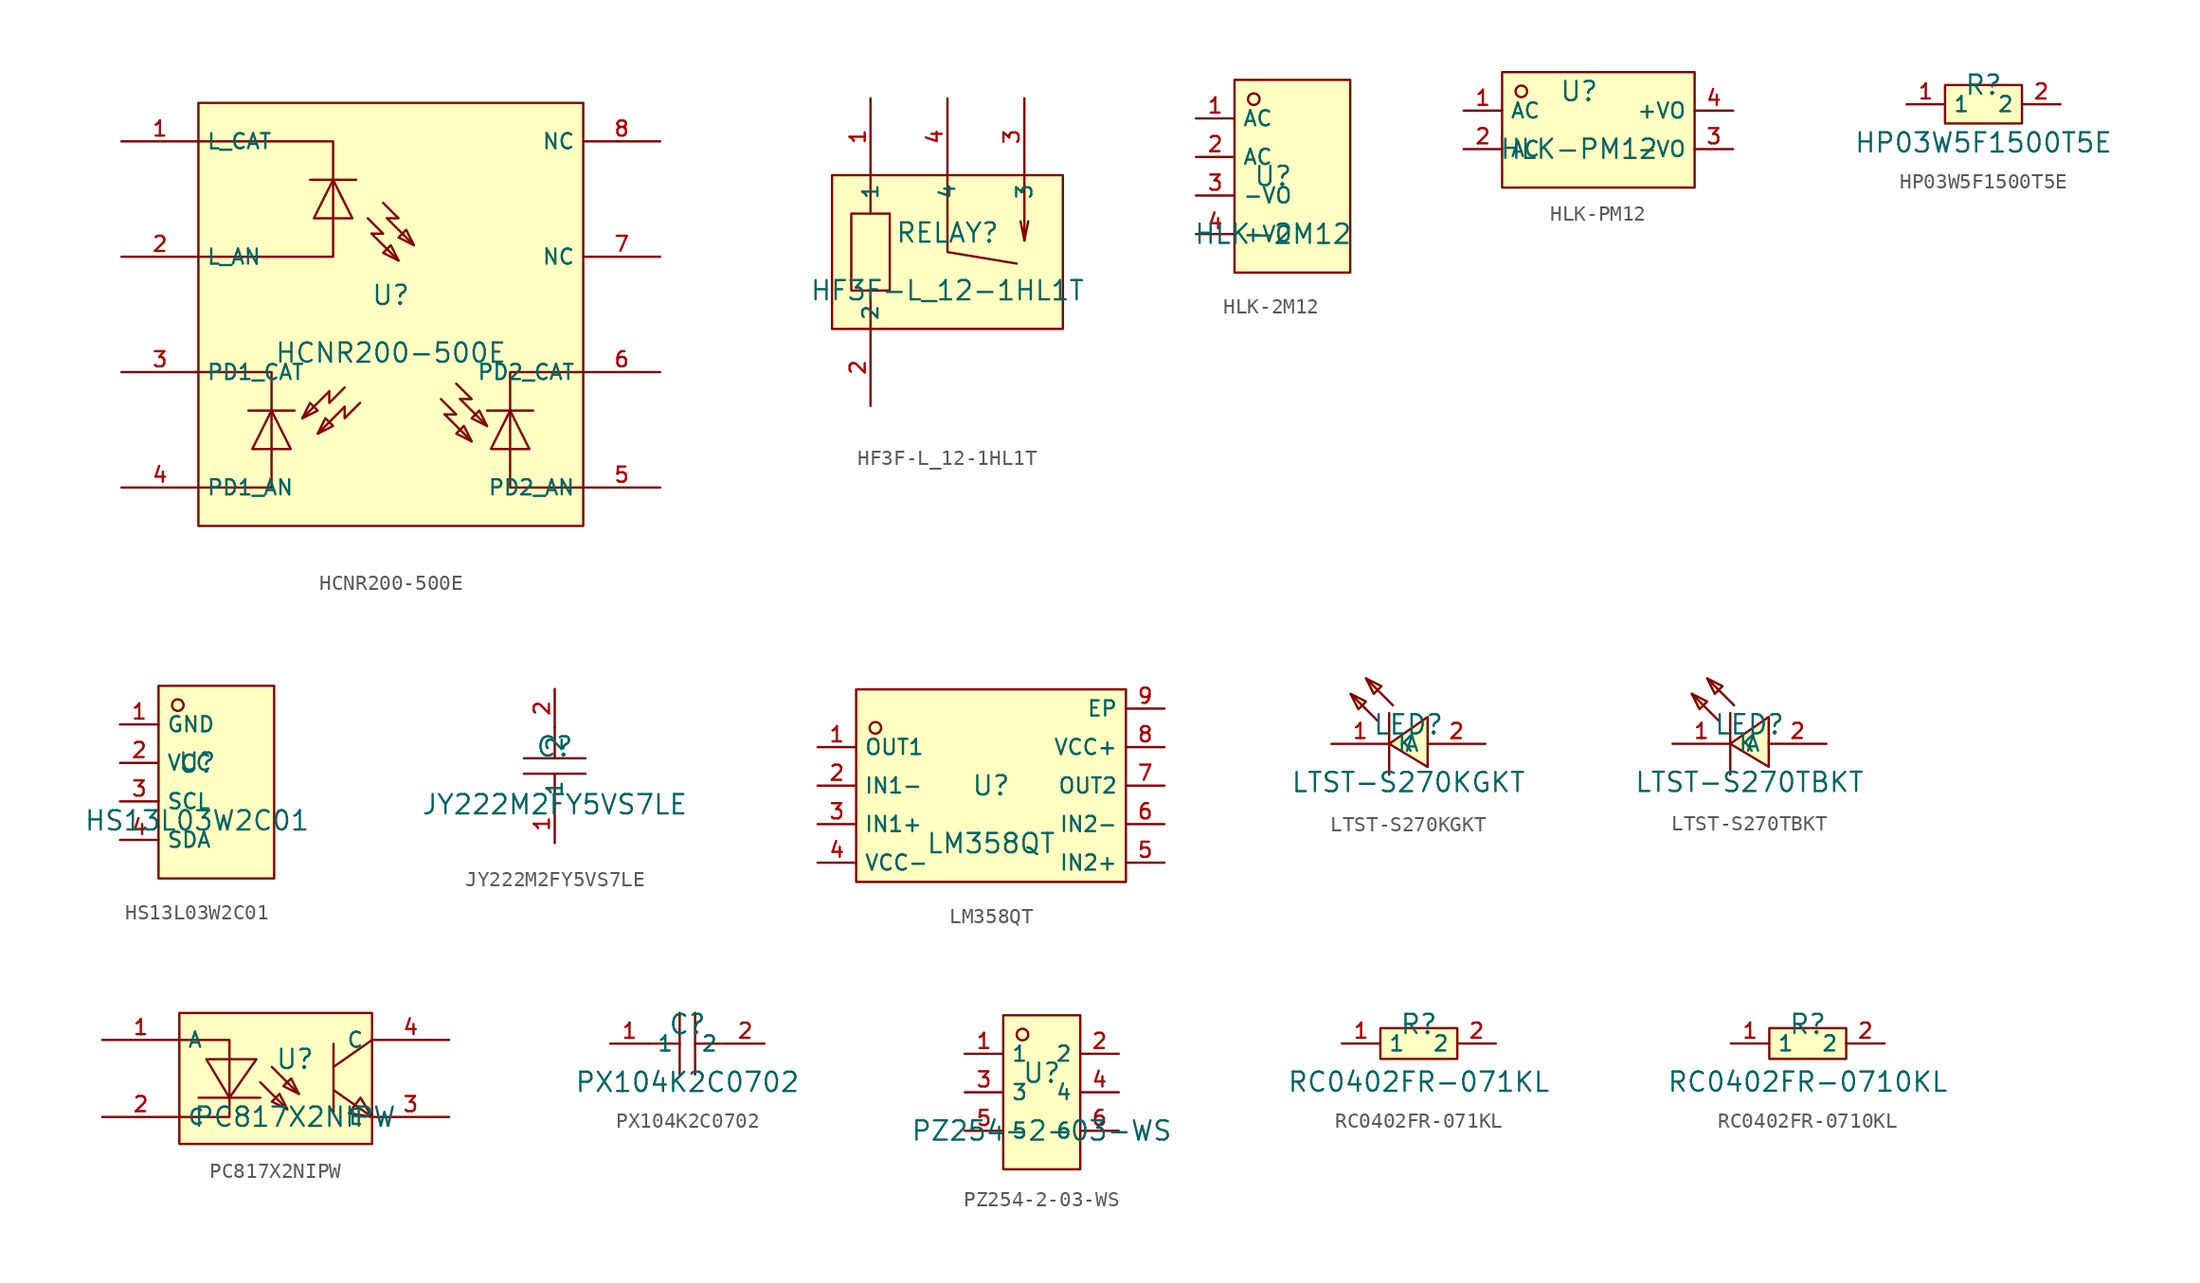
<source format=kicad_sym>
(kicad_symbol_lib
  (version 20231120)
  (generator "kicad_symbol_editor")
  (generator_version "8.0")
  (symbol "HCNR200-500E"
    (property "Reference" "U"
      (at 0 1.27 0)
      (effects (font (size 1.27 1.27))))
    (property "Value" "HCNR200-500E"
      (at 0 -2.54 0)
      (effects (font (size 1.27 1.27))))
    (symbol "HCNR200-500E_0_1"
      (rectangle (start -12.7 13.97) (end 12.7 -13.97) (stroke (width 0) (type default)) (fill (type background)))
      (polyline (pts (xy -9.398 -6.35) (xy -6.35 -6.35)) (stroke (width 0) (type default)) (fill (type none)))
      (polyline (pts (xy -5.334 8.89) (xy -2.286 8.89)) (stroke (width 0) (type default)) (fill (type none)))
      (polyline (pts (xy -4.064 -5.08) (xy -5.842 -6.858)) (stroke (width 0) (type default)) (fill (type none)))
      (polyline (pts (xy -3.048 -6.096) (xy -4.826 -7.874)) (stroke (width 0) (type default)) (fill (type none)))
      (polyline (pts (xy -1.27 5.334) (xy 0.508 3.556)) (stroke (width 0) (type default)) (fill (type none)))
      (polyline (pts (xy -0.254 6.35) (xy 1.524 4.572)) (stroke (width 0) (type default)) (fill (type none)))
      (polyline (pts (xy 3.556 -6.604) (xy 5.334 -8.382)) (stroke (width 0) (type default)) (fill (type none)))
      (polyline (pts (xy 4.572 -5.588) (xy 6.35 -7.366)) (stroke (width 0) (type default)) (fill (type none)))
      (polyline (pts (xy 6.35 -6.35) (xy 9.398 -6.35)) (stroke (width 0) (type default)) (fill (type none)))
      (polyline (pts (xy -4.064 -5.08) (xy -4.064 -5.842) (xy -3.048 -4.826)) (stroke (width 0) (type default)) (fill (type none)))
      (polyline (pts (xy -3.048 -6.096) (xy -3.048 -6.858) (xy -2.032 -5.842)) (stroke (width 0) (type default)) (fill (type none)))
      (polyline (pts (xy -1.27 5.334) (xy -0.508 5.334) (xy -1.524 6.35)) (stroke (width 0) (type default)) (fill (type none)))
      (polyline (pts (xy -0.254 6.35) (xy 0.508 6.35) (xy -0.508 7.366)) (stroke (width 0) (type default)) (fill (type none)))
      (polyline (pts (xy 3.556 -6.604) (xy 4.318 -6.604) (xy 3.302 -5.588)) (stroke (width 0) (type default)) (fill (type none)))
      (polyline (pts (xy 4.572 -5.588) (xy 5.334 -5.588) (xy 4.318 -4.572)) (stroke (width 0) (type default)) (fill (type none)))
      (polyline (pts (xy -12.954 -3.81) (xy -7.874 -3.81) (xy -7.874 -11.43) (xy -12.7 -11.43)) (stroke (width 0) (type default)) (fill (type none)))
      (polyline (pts (xy -12.7 11.43) (xy -3.81 11.43) (xy -3.81 3.81) (xy -12.7 3.81)) (stroke (width 0) (type default)) (fill (type none)))
      (polyline (pts (xy -6.604 -8.89) (xy -7.874 -6.35) (xy -9.144 -8.89) (xy -6.604 -8.89)) (stroke (width 0) (type default)) (fill (type background)))
      (polyline (pts (xy -5.842 -6.858) (xy -4.826 -6.35) (xy -5.334 -5.842) (xy -5.842 -6.858)) (stroke (width 0) (type default)) (fill (type background)))
      (polyline (pts (xy -4.826 -7.874) (xy -3.81 -7.366) (xy -4.318 -6.858) (xy -4.826 -7.874)) (stroke (width 0) (type default)) (fill (type background)))
      (polyline (pts (xy -2.54 6.35) (xy -3.81 8.89) (xy -5.08 6.35) (xy -2.54 6.35)) (stroke (width 0) (type default)) (fill (type background)))
      (polyline (pts (xy 0.508 3.556) (xy 0 4.572) (xy -0.508 4.064) (xy 0.508 3.556)) (stroke (width 0) (type default)) (fill (type background)))
      (polyline (pts (xy 1.524 4.572) (xy 1.016 5.588) (xy 0.508 5.08) (xy 1.524 4.572)) (stroke (width 0) (type default)) (fill (type background)))
      (polyline (pts (xy 5.334 -8.382) (xy 4.826 -7.366) (xy 4.318 -7.874) (xy 5.334 -8.382)) (stroke (width 0) (type default)) (fill (type background)))
      (polyline (pts (xy 6.35 -7.366) (xy 5.842 -6.35) (xy 5.334 -6.858) (xy 6.35 -7.366)) (stroke (width 0) (type default)) (fill (type background)))
      (polyline (pts (xy 9.144 -8.89) (xy 7.874 -6.35) (xy 6.604 -8.89) (xy 9.144 -8.89)) (stroke (width 0) (type default)) (fill (type background)))
      (polyline (pts (xy 12.7 -3.81) (xy 7.874 -3.81) (xy 7.874 -11.43) (xy 12.7 -11.43)) (stroke (width 0) (type default)) (fill (type none)))
      (pin unspecified line (at -17.78 11.43 0) (length 5.08) (name "L_CAT" (effects (font (size 1 1)))) (number "1" (effects (font (size 1 1)))))
      (pin unspecified line (at -17.78 3.81 0) (length 5.08) (name "L_AN" (effects (font (size 1 1)))) (number "2" (effects (font (size 1 1)))))
      (pin unspecified line (at -17.78 -3.81 0) (length 5.08) (name "PD1_CAT" (effects (font (size 1 1)))) (number "3" (effects (font (size 1 1)))))
      (pin unspecified line (at -17.78 -11.43 0) (length 5.08) (name "PD1_AN" (effects (font (size 1 1)))) (number "4" (effects (font (size 1 1)))))
      (pin unspecified line (at 17.78 -11.43 180) (length 5.08) (name "PD2_AN" (effects (font (size 1 1)))) (number "5" (effects (font (size 1 1)))))
      (pin unspecified line (at 17.78 -3.81 180) (length 5.08) (name "PD2_CAT" (effects (font (size 1 1)))) (number "6" (effects (font (size 1 1)))))
      (pin unspecified line (at 17.78 3.81 180) (length 5.08) (name "NC" (effects (font (size 1 1)))) (number "7" (effects (font (size 1 1)))))
      (pin unspecified line (at 17.78 11.43 180) (length 5.08) (name "NC" (effects (font (size 1 1)))) (number "8" (effects (font (size 1 1)))))))
  (symbol "HF3F-L_12-1HL1T"
    (property "Reference" "RELAY"
      (at 0 1.27 0)
      (effects (font (size 1.27 1.27))))
    (property "Value" "HF3F-L_12-1HL1T"
      (at 0 -2.54 0)
      (effects (font (size 1.27 1.27))))
    (symbol "HF3F-L_12-1HL1T_0_1"
      (rectangle (start -7.62 5.08) (end 7.62 -5.08) (stroke (width 0) (type default)) (fill (type background)))
      (rectangle (start -6.35 2.54) (end -3.81 -2.54) (stroke (width 0) (type default)) (fill (type background)))
      (polyline (pts (xy -5.08 -2.54) (xy -5.08 -5.08)) (stroke (width 0) (type default)) (fill (type none)))
      (polyline (pts (xy -5.08 5.08) (xy -5.08 2.54)) (stroke (width 0) (type default)) (fill (type none)))
      (polyline (pts (xy 5.08 0.762) (xy 5.334 2.032)) (stroke (width 0) (type default)) (fill (type none)))
      (polyline (pts (xy 5.08 5.08) (xy 5.08 0.762) (xy 4.826 2.032)) (stroke (width 0) (type default)) (fill (type none)))
      (polyline (pts (xy 0 5.08) (xy 0 2.54) (xy 0 2.54) (xy 0 0) (xy 4.572 -0.762)) (stroke (width 0) (type default)) (fill (type none)))
      (pin unspecified line (at -5.08 10.16 270) (length 5.08) (name "1" (effects (font (size 1 1)))) (number "1" (effects (font (size 1 1)))))
      (pin unspecified line (at -5.08 -10.16 90) (length 5.08) (name "2" (effects (font (size 1 1)))) (number "2" (effects (font (size 1 1)))))
      (pin unspecified line (at 5.08 10.16 270) (length 5.08) (name "3" (effects (font (size 1 1)))) (number "3" (effects (font (size 1 1)))))
      (pin unspecified line (at 0 10.16 270) (length 5.08) (name "4" (effects (font (size 1 1)))) (number "4" (effects (font (size 1 1)))))))
  (symbol "HLK-2M12"
    (property "Reference" "U"
      (at 0 1.27 0)
      (effects (font (size 1.27 1.27))))
    (property "Value" "HLK-2M12"
      (at 0 -2.54 0)
      (effects (font (size 1.27 1.27))))
    (symbol "HLK-2M12_0_1"
      (pin unspecified line (at -5.08 -2.54 0) (length 2.54) (name "+VO" (effects (font (size 1 1)))) (number "4" (effects (font (size 1 1)))))
      (pin unspecified line (at -5.08 -0.0 0) (length 2.54) (name "-VO" (effects (font (size 1 1)))) (number "3" (effects (font (size 1 1)))))
      (pin unspecified line (at -5.08 2.54 0) (length 2.54) (name "AC" (effects (font (size 1 1)))) (number "2" (effects (font (size 1 1)))))
      (pin unspecified line (at -5.08 5.08 0) (length 2.54) (name "AC" (effects (font (size 1 1)))) (number "1" (effects (font (size 1 1)))))
      (circle (center -1.27 6.35) (radius 0.381) (stroke (width 0) (type default) (color 0 0 0 0)) (fill (type background)))
      (rectangle (start -2.54 7.62) (end 5.08 -5.08) (stroke (width 0) (type default) (color 0 0 0 0)) (fill (type background)))))
  (symbol "HLK-PM12"
    (property "Reference" "U"
      (at 0 1.27 0)
      (effects (font (size 1.27 1.27))))
    (property "Value" "HLK-PM12"
      (at 0 -2.54 0)
      (effects (font (size 1.27 1.27))))
    (symbol "HLK-PM12_0_1"
      (rectangle (start -5.08 2.54) (end 7.62 -5.08) (stroke (width 0) (type default)) (fill (type background)))
      (circle (center -3.81 1.27) (radius 0.381) (stroke (width 0) (type default)) (fill (type background)))
      (pin unspecified line (at -7.62 0 0) (length 2.54) (name "AC" (effects (font (size 1 1)))) (number "1" (effects (font (size 1 1)))))
      (pin unspecified line (at -7.62 -2.54 0) (length 2.54) (name "AC" (effects (font (size 1 1)))) (number "2" (effects (font (size 1 1)))))
      (pin unspecified line (at 10.16 -2.54 180) (length 2.54) (name "-VO" (effects (font (size 1 1)))) (number "3" (effects (font (size 1 1)))))
      (pin unspecified line (at 10.16 0 180) (length 2.54) (name "+VO" (effects (font (size 1 1)))) (number "4" (effects (font (size 1 1)))))))
  (symbol "HP03W5F1500T5E"
    (property "Reference" "R"
      (at 0 1.27 0)
      (effects (font (size 1.27 1.27))))
    (property "Value" "HP03W5F1500T5E"
      (at 0 -2.54 0)
      (effects (font (size 1.27 1.27))))
    (symbol "HP03W5F1500T5E_0_1"
      (rectangle (start -2.54 1.27) (end 2.54 -1.27) (stroke (width 0) (type default)) (fill (type background)))
      (pin unspecified line (at -5.08 0 0) (length 2.54) (name "1" (effects (font (size 1 1)))) (number "1" (effects (font (size 1 1)))))
      (pin unspecified line (at 5.08 0 180) (length 2.54) (name "2" (effects (font (size 1 1)))) (number "2" (effects (font (size 1 1)))))))
  (symbol "HS13L03W2C01"
    (property "Reference" "U"
      (at 0 1.27 0)
      (effects (font (size 1.27 1.27))))
    (property "Value" "HS13L03W2C01"
      (at 0 -2.54 0)
      (effects (font (size 1.27 1.27))))
    (symbol "HS13L03W2C01_0_1"
      (rectangle (start -2.54 6.35) (end 5.08 -6.35) (stroke (width 0) (type default)) (fill (type background)))
      (circle (center -1.27 5.08) (radius 0.381) (stroke (width 0) (type default)) (fill (type background)))
      (pin unspecified line (at -5.08 3.81 0) (length 2.54) (name "GND" (effects (font (size 1 1)))) (number "1" (effects (font (size 1 1)))))
      (pin unspecified line (at -5.08 1.27 0) (length 2.54) (name "VCC" (effects (font (size 1 1)))) (number "2" (effects (font (size 1 1)))))
      (pin unspecified line (at -5.08 -1.27 0) (length 2.54) (name "SCL" (effects (font (size 1 1)))) (number "3" (effects (font (size 1 1)))))
      (pin unspecified line (at -5.08 -3.81 0) (length 2.54) (name "SDA" (effects (font (size 1 1)))) (number "4" (effects (font (size 1 1)))))))
  (symbol "JY222M2FY5VS7LE"
    (property "Reference" "C"
      (at 0 1.27 0)
      (effects (font (size 1.27 1.27))))
    (property "Value" "JY222M2FY5VS7LE"
      (at 0 -2.54 0)
      (effects (font (size 1.27 1.27))))
    (symbol "JY222M2FY5VS7LE_0_1"
      (polyline (pts (xy -2.032 0.508) (xy 2.032 0.508)) (stroke (width 0) (type default)) (fill (type none)))
      (polyline (pts (xy 0 -0.508) (xy 0 -2.54)) (stroke (width 0) (type default)) (fill (type none)))
      (polyline (pts (xy 0 2.54) (xy 0 0.508)) (stroke (width 0) (type default)) (fill (type none)))
      (polyline (pts (xy 2.032 -0.508) (xy -2.032 -0.508)) (stroke (width 0) (type default)) (fill (type none)))
      (pin unspecified line (at 0 -5.08 90) (length 2.54) (name "1" (effects (font (size 1 1)))) (number "1" (effects (font (size 1 1)))))
      (pin unspecified line (at 0 5.08 270) (length 2.54) (name "2" (effects (font (size 1 1)))) (number "2" (effects (font (size 1 1)))))))
  (symbol "LM358QT"
    (property "Reference" "U"
      (at 0 1.27 0)
      (effects (font (size 1.27 1.27))))
    (property "Value" "LM358QT"
      (at 0 -2.54 0)
      (effects (font (size 1.27 1.27))))
    (symbol "LM358QT_0_1"
      (rectangle (start -8.89 7.62) (end 8.89 -5.08) (stroke (width 0) (type default)) (fill (type background)))
      (circle (center -7.62 5.08) (radius 0.381) (stroke (width 0) (type default)) (fill (type background)))
      (pin unspecified line (at -11.43 3.81 0) (length 2.54) (name "OUT1" (effects (font (size 1 1)))) (number "1" (effects (font (size 1 1)))))
      (pin unspecified line (at -11.43 1.27 0) (length 2.54) (name "IN1-" (effects (font (size 1 1)))) (number "2" (effects (font (size 1 1)))))
      (pin unspecified line (at -11.43 -1.27 0) (length 2.54) (name "IN1+" (effects (font (size 1 1)))) (number "3" (effects (font (size 1 1)))))
      (pin unspecified line (at -11.43 -3.81 0) (length 2.54) (name "VCC-" (effects (font (size 1 1)))) (number "4" (effects (font (size 1 1)))))
      (pin unspecified line (at 11.43 -3.81 180) (length 2.54) (name "IN2+" (effects (font (size 1 1)))) (number "5" (effects (font (size 1 1)))))
      (pin unspecified line (at 11.43 -1.27 180) (length 2.54) (name "IN2-" (effects (font (size 1 1)))) (number "6" (effects (font (size 1 1)))))
      (pin unspecified line (at 11.43 1.27 180) (length 2.54) (name "OUT2" (effects (font (size 1 1)))) (number "7" (effects (font (size 1 1)))))
      (pin unspecified line (at 11.43 3.81 180) (length 2.54) (name "VCC+" (effects (font (size 1 1)))) (number "8" (effects (font (size 1 1)))))
      (pin unspecified line (at 11.43 6.35 180) (length 2.54) (name "EP" (effects (font (size 1 1)))) (number "9" (effects (font (size 1 1)))))))
  (symbol "LTST-S270KGKT"
    (property "Reference" "LED"
      (at 0 1.27 0)
      (effects (font (size 1.27 1.27))))
    (property "Value" "LTST-S270KGKT"
      (at 0 -2.54 0)
      (effects (font (size 1.27 1.27))))
    (symbol "LTST-S270KGKT_0_1"
      (polyline (pts (xy -2.032 1.524) (xy -3.81 3.302)) (stroke (width 0) (type default)) (fill (type none)))
      (polyline (pts (xy -1.27 2.032) (xy -1.27 -2.032)) (stroke (width 0) (type default)) (fill (type none)))
      (polyline (pts (xy -1.016 2.54) (xy -2.794 4.318)) (stroke (width 0) (type default)) (fill (type none)))
      (polyline (pts (xy -3.81 3.302) (xy -2.794 2.794) (xy -3.302 2.286) (xy -3.81 3.302)) (stroke (width 0) (type default)) (fill (type background)))
      (polyline (pts (xy -2.794 4.318) (xy -1.778 3.81) (xy -2.286 3.302) (xy -2.794 4.318)) (stroke (width 0) (type default)) (fill (type background)))
      (polyline (pts (xy 1.27 -1.524) (xy -1.27 0) (xy 1.27 1.778) (xy 1.27 -1.524)) (stroke (width 0) (type default)) (fill (type background)))
      (pin unspecified line (at -5.08 0 0) (length 3.81) (name "K" (effects (font (size 1 1)))) (number "1" (effects (font (size 1 1)))))
      (pin unspecified line (at 5.08 0 180) (length 3.81) (name "A" (effects (font (size 1 1)))) (number "2" (effects (font (size 1 1)))))))
  (symbol "LTST-S270TBKT"
    (property "Reference" "LED"
      (at 0 1.27 0)
      (effects (font (size 1.27 1.27))))
    (property "Value" "LTST-S270TBKT"
      (at 0 -2.54 0)
      (effects (font (size 1.27 1.27))))
    (symbol "LTST-S270TBKT_0_1"
      (polyline (pts (xy -2.032 1.524) (xy -3.81 3.302)) (stroke (width 0) (type default)) (fill (type none)))
      (polyline (pts (xy -1.27 2.032) (xy -1.27 -2.032)) (stroke (width 0) (type default)) (fill (type none)))
      (polyline (pts (xy -1.016 2.54) (xy -2.794 4.318)) (stroke (width 0) (type default)) (fill (type none)))
      (polyline (pts (xy -3.81 3.302) (xy -2.794 2.794) (xy -3.302 2.286) (xy -3.81 3.302)) (stroke (width 0) (type default)) (fill (type background)))
      (polyline (pts (xy -2.794 4.318) (xy -1.778 3.81) (xy -2.286 3.302) (xy -2.794 4.318)) (stroke (width 0) (type default)) (fill (type background)))
      (polyline (pts (xy 1.27 -1.524) (xy -1.27 0) (xy 1.27 1.778) (xy 1.27 -1.524)) (stroke (width 0) (type default)) (fill (type background)))
      (pin unspecified line (at -5.08 0 0) (length 3.81) (name "K" (effects (font (size 1 1)))) (number "1" (effects (font (size 1 1)))))
      (pin unspecified line (at 5.08 0 180) (length 3.81) (name "A" (effects (font (size 1 1)))) (number "2" (effects (font (size 1 1)))))))
  (symbol "PC817X2NIPW"
    (property "Reference" "U"
      (at 0 1.27 0)
      (effects (font (size 1.27 1.27))))
    (property "Value" "PC817X2NIPW"
      (at 0 -2.54 0)
      (effects (font (size 1.27 1.27))))
    (symbol "PC817X2NIPW_0_1"
      (rectangle (start -7.62 4.318) (end 5.08 -4.318) (stroke (width 0) (type default)) (fill (type background)))
      (polyline (pts (xy -2.286 -1.27) (xy -6.35 -1.27)) (stroke (width 0) (type default)) (fill (type none)))
      (polyline (pts (xy -2.286 -0.254) (xy -0.508 -2.032)) (stroke (width 0) (type default)) (fill (type none)))
      (polyline (pts (xy -1.524 0.762) (xy 0.254 -1.016)) (stroke (width 0) (type default)) (fill (type none)))
      (polyline (pts (xy 2.54 -0.762) (xy 5.08 -2.54)) (stroke (width 0) (type default)) (fill (type none)))
      (polyline (pts (xy 2.54 2.286) (xy 2.54 -2.286)) (stroke (width 0) (type default)) (fill (type none)))
      (polyline (pts (xy 5.08 2.54) (xy 2.54 0.762)) (stroke (width 0) (type default)) (fill (type none)))
      (polyline (pts (xy -7.62 2.54) (xy -4.318 2.54) (xy -4.318 -2.54) (xy -7.62 -2.54)) (stroke (width 0) (type default)) (fill (type none)))
      (polyline (pts (xy -5.842 1.27) (xy -4.318 -1.27) (xy -2.54 1.27) (xy -5.842 1.27)) (stroke (width 0) (type default)) (fill (type background)))
      (polyline (pts (xy -0.508 -2.032) (xy -1.016 -1.016) (xy -1.524 -1.524) (xy -0.508 -2.032)) (stroke (width 0) (type default)) (fill (type background)))
      (polyline (pts (xy 0.254 -1.016) (xy -0.254 0) (xy -0.762 -0.508) (xy 0.254 -1.016)) (stroke (width 0) (type default)) (fill (type background)))
      (polyline (pts (xy 5.08 -2.54) (xy 4.318 -1.27) (xy 3.556 -2.286) (xy 5.08 -2.54)) (stroke (width 0) (type default)) (fill (type background)))
      (pin unspecified line (at -12.7 2.54 0) (length 5.08) (name "A" (effects (font (size 1 1)))) (number "1" (effects (font (size 1 1)))))
      (pin unspecified line (at -12.7 -2.54 0) (length 5.08) (name "C" (effects (font (size 1 1)))) (number "2" (effects (font (size 1 1)))))
      (pin unspecified line (at 10.16 -2.54 180) (length 5.08) (name "E" (effects (font (size 1 1)))) (number "3" (effects (font (size 1 1)))))
      (pin unspecified line (at 10.16 2.54 180) (length 5.08) (name "C" (effects (font (size 1 1)))) (number "4" (effects (font (size 1 1)))))))
  (symbol "PX104K2C0702"
    (property "Reference" "C"
      (at 0 1.27 0)
      (effects (font (size 1.27 1.27))))
    (property "Value" "PX104K2C0702"
      (at 0 -2.54 0)
      (effects (font (size 1.27 1.27))))
    (symbol "PX104K2C0702_0_1"
      (polyline (pts (xy -0.508 -2.032) (xy -0.508 2.032)) (stroke (width 0) (type default)) (fill (type none)))
      (polyline (pts (xy -0.508 0) (xy -2.54 0)) (stroke (width 0) (type default)) (fill (type none)))
      (polyline (pts (xy 0.508 2.032) (xy 0.508 -2.032)) (stroke (width 0) (type default)) (fill (type none)))
      (polyline (pts (xy 2.54 0) (xy 0.508 0)) (stroke (width 0) (type default)) (fill (type none)))
      (pin unspecified line (at -5.08 0 0) (length 2.54) (name "1" (effects (font (size 1 1)))) (number "1" (effects (font (size 1 1)))))
      (pin unspecified line (at 5.08 0 180) (length 2.54) (name "2" (effects (font (size 1 1)))) (number "2" (effects (font (size 1 1)))))))
  (symbol "PZ254-2-03-WS"
    (property "Reference" "U"
      (at 0 1.27 0)
      (effects (font (size 1.27 1.27))))
    (property "Value" "PZ254-2-03-WS"
      (at 0 -2.54 0)
      (effects (font (size 1.27 1.27))))
    (symbol "PZ254-2-03-WS_0_1"
      (rectangle (start -2.54 5.08) (end 2.54 -5.08) (stroke (width 0) (type default)) (fill (type background)))
      (circle (center -1.27 3.81) (radius 0.381) (stroke (width 0) (type default)) (fill (type background)))
      (pin unspecified line (at -5.08 2.54 0) (length 2.54) (name "1" (effects (font (size 1 1)))) (number "1" (effects (font (size 1 1)))))
      (pin unspecified line (at 5.08 2.54 180) (length 2.54) (name "2" (effects (font (size 1 1)))) (number "2" (effects (font (size 1 1)))))
      (pin unspecified line (at -5.08 0 0) (length 2.54) (name "3" (effects (font (size 1 1)))) (number "3" (effects (font (size 1 1)))))
      (pin unspecified line (at 5.08 0 180) (length 2.54) (name "4" (effects (font (size 1 1)))) (number "4" (effects (font (size 1 1)))))
      (pin unspecified line (at -5.08 -2.54 0) (length 2.54) (name "5" (effects (font (size 1 1)))) (number "5" (effects (font (size 1 1)))))
      (pin unspecified line (at 5.08 -2.54 180) (length 2.54) (name "6" (effects (font (size 1 1)))) (number "6" (effects (font (size 1 1)))))))
  (symbol "RC0402FR-071KL"
    (property "Reference" "R"
      (at 0 1.27 0)
      (effects (font (size 1.27 1.27))))
    (property "Value" "RC0402FR-071KL"
      (at 0 -2.54 0)
      (effects (font (size 1.27 1.27))))
    (symbol "RC0402FR-071KL_0_1"
      (rectangle (start -2.54 1.016) (end 2.54 -1.016) (stroke (width 0) (type default)) (fill (type background)))
      (pin input line (at -5.08 0 0) (length 2.54) (name "1" (effects (font (size 1 1)))) (number "1" (effects (font (size 1 1)))))
      (pin input line (at 5.08 0 180) (length 2.54) (name "2" (effects (font (size 1 1)))) (number "2" (effects (font (size 1 1)))))))
  (symbol "RC0402FR-0710KL"
    (property "Reference" "R"
      (at 0 1.27 0)
      (effects (font (size 1.27 1.27))))
    (property "Value" "RC0402FR-0710KL"
      (at 0 -2.54 0)
      (effects (font (size 1.27 1.27))))
    (symbol "RC0402FR-0710KL_0_1"
      (rectangle (start -2.54 1.016) (end 2.54 -1.016) (stroke (width 0) (type default)) (fill (type background)))
      (pin input line (at -5.08 0 0) (length 2.54) (name "1" (effects (font (size 1 1)))) (number "1" (effects (font (size 1 1)))))
      (pin input line (at 5.08 0 180) (length 2.54) (name "2" (effects (font (size 1 1)))) (number "2" (effects (font (size 1 1))))))))
</source>
